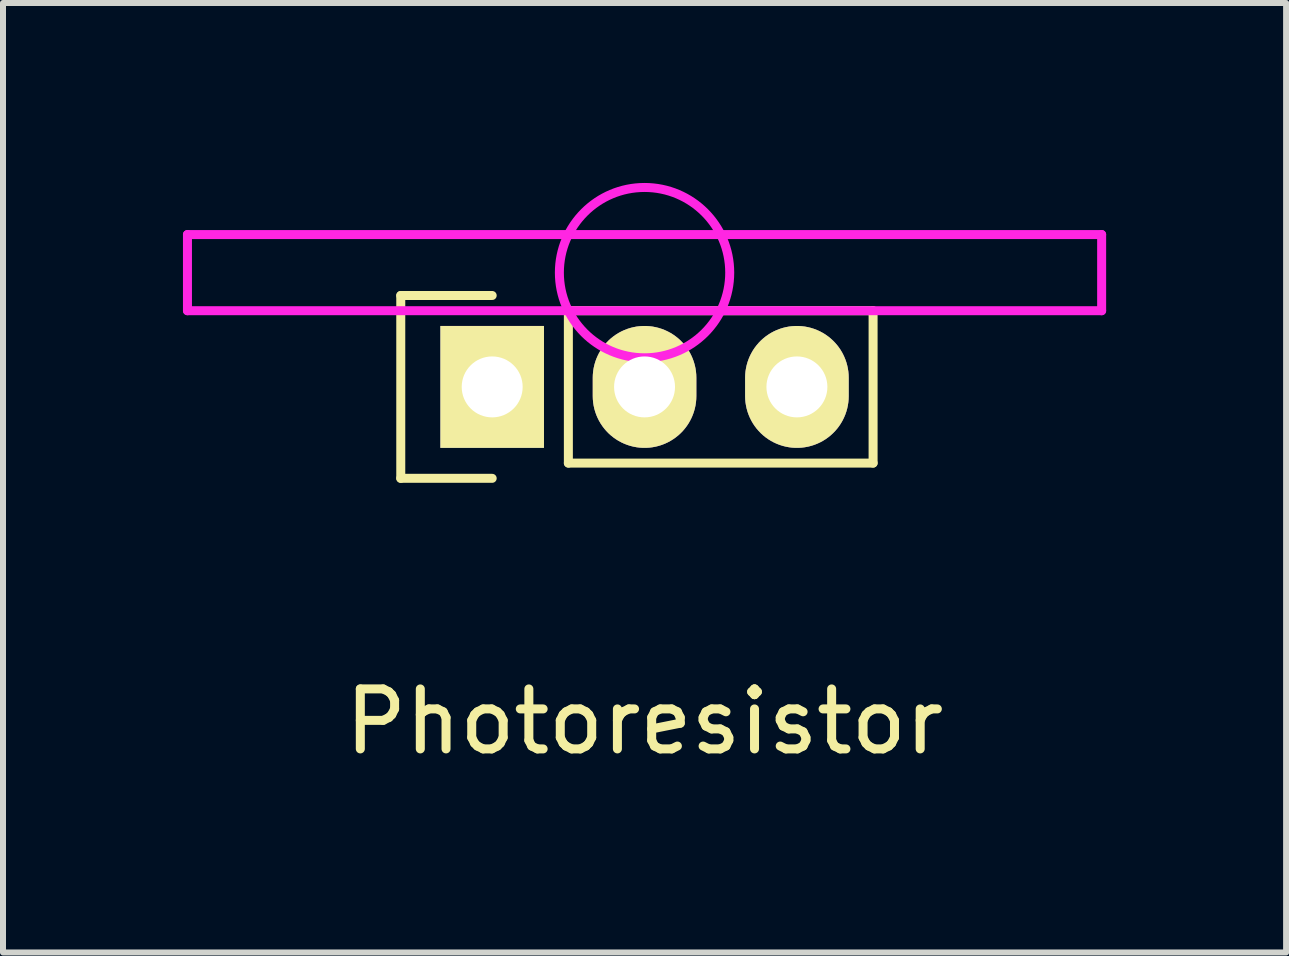
<source format=kicad_pcb>
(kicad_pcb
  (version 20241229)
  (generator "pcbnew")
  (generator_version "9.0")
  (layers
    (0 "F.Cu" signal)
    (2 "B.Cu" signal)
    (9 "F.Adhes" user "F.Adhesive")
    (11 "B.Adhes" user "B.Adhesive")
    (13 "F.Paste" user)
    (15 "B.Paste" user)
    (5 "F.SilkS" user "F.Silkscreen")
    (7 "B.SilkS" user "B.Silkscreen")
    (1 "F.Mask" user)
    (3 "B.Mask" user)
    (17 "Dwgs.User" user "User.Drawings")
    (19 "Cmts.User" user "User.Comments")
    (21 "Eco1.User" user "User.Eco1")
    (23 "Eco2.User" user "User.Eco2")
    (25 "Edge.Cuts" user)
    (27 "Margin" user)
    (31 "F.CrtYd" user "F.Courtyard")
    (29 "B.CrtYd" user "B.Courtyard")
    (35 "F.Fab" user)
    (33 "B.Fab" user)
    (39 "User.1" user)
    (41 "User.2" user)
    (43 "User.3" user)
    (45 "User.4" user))
  (footprint "Photoresistor"
    (layer "F.Cu")
    (at 7.695 3.4)
    (property "Reference" "Photoresistor" (at 0 5.58 0) (layer "F.SilkS") (effects (font (size 1 1) (thickness 0.15))))
    (attr through_hole)
    (fp_line (start -4.064 -1.524) (end -4.064 1.524) (stroke (width 0.15) (type solid)) (layer "F.SilkS"))
    (fp_line (start -4.064 1.524) (end -2.54 1.524) (stroke (width 0.15) (type solid)) (layer "F.SilkS"))
    (fp_line (start -2.54 -1.524) (end -4.064 -1.524) (stroke (width 0.15) (type solid)) (layer "F.SilkS"))
    (fp_line (start -1.27 -1.27) (end -1.27 1.27) (stroke (width 0.15) (type solid)) (layer "F.SilkS"))
    (fp_line (start -1.27 1.27) (end 3.81 1.27) (stroke (width 0.15) (type solid)) (layer "F.SilkS"))
    (fp_line (start 3.81 -1.27) (end -1.27 -1.27) (stroke (width 0.15) (type solid)) (layer "F.SilkS"))
    (fp_line (start 3.81 1.27) (end 3.81 -1.27) (stroke (width 0.15) (type solid)) (layer "F.SilkS"))
    (fp_line (start -7.62 -2.54) (end 7.62 -2.54) (stroke (width 0.15) (type solid)) (layer "F.CrtYd"))
    (fp_line (start -7.62 -1.27) (end -7.62 -2.54) (stroke (width 0.15) (type solid)) (layer "F.CrtYd"))
    (fp_line (start 7.62 -2.54) (end 7.62 -1.27) (stroke (width 0.15) (type solid)) (layer "F.CrtYd"))
    (fp_line (start 7.62 -1.27) (end -7.62 -1.27) (stroke (width 0.15) (type solid)) (layer "F.CrtYd"))
    (fp_circle (center 0 -1.905) (end 0.635 -3.175) (stroke (width 0.15) (type solid)) (fill no) (layer "F.CrtYd"))
    (pad "1" thru_hole rect (at -2.54 0 90) (size 2.032 1.727) (drill 1.016) (layers "*.Cu" "*.Mask" "F.SilkS"))
    (pad "2" thru_hole oval (at 0 0 90) (size 2.032 1.727) (drill 1.016) (layers "*.Cu" "*.Mask" "F.SilkS"))
    (pad "3" thru_hole oval (at 2.54 0 90) (size 2.032 1.727) (drill 1.016) (layers "*.Cu" "*.Mask" "F.SilkS")))
  (gr_rect
    (start -3 -3)
    (end 18.39 12.828)
    (stroke (width 0.1) (type default))
    (fill no)
    (layer "Edge.Cuts")))
</source>
